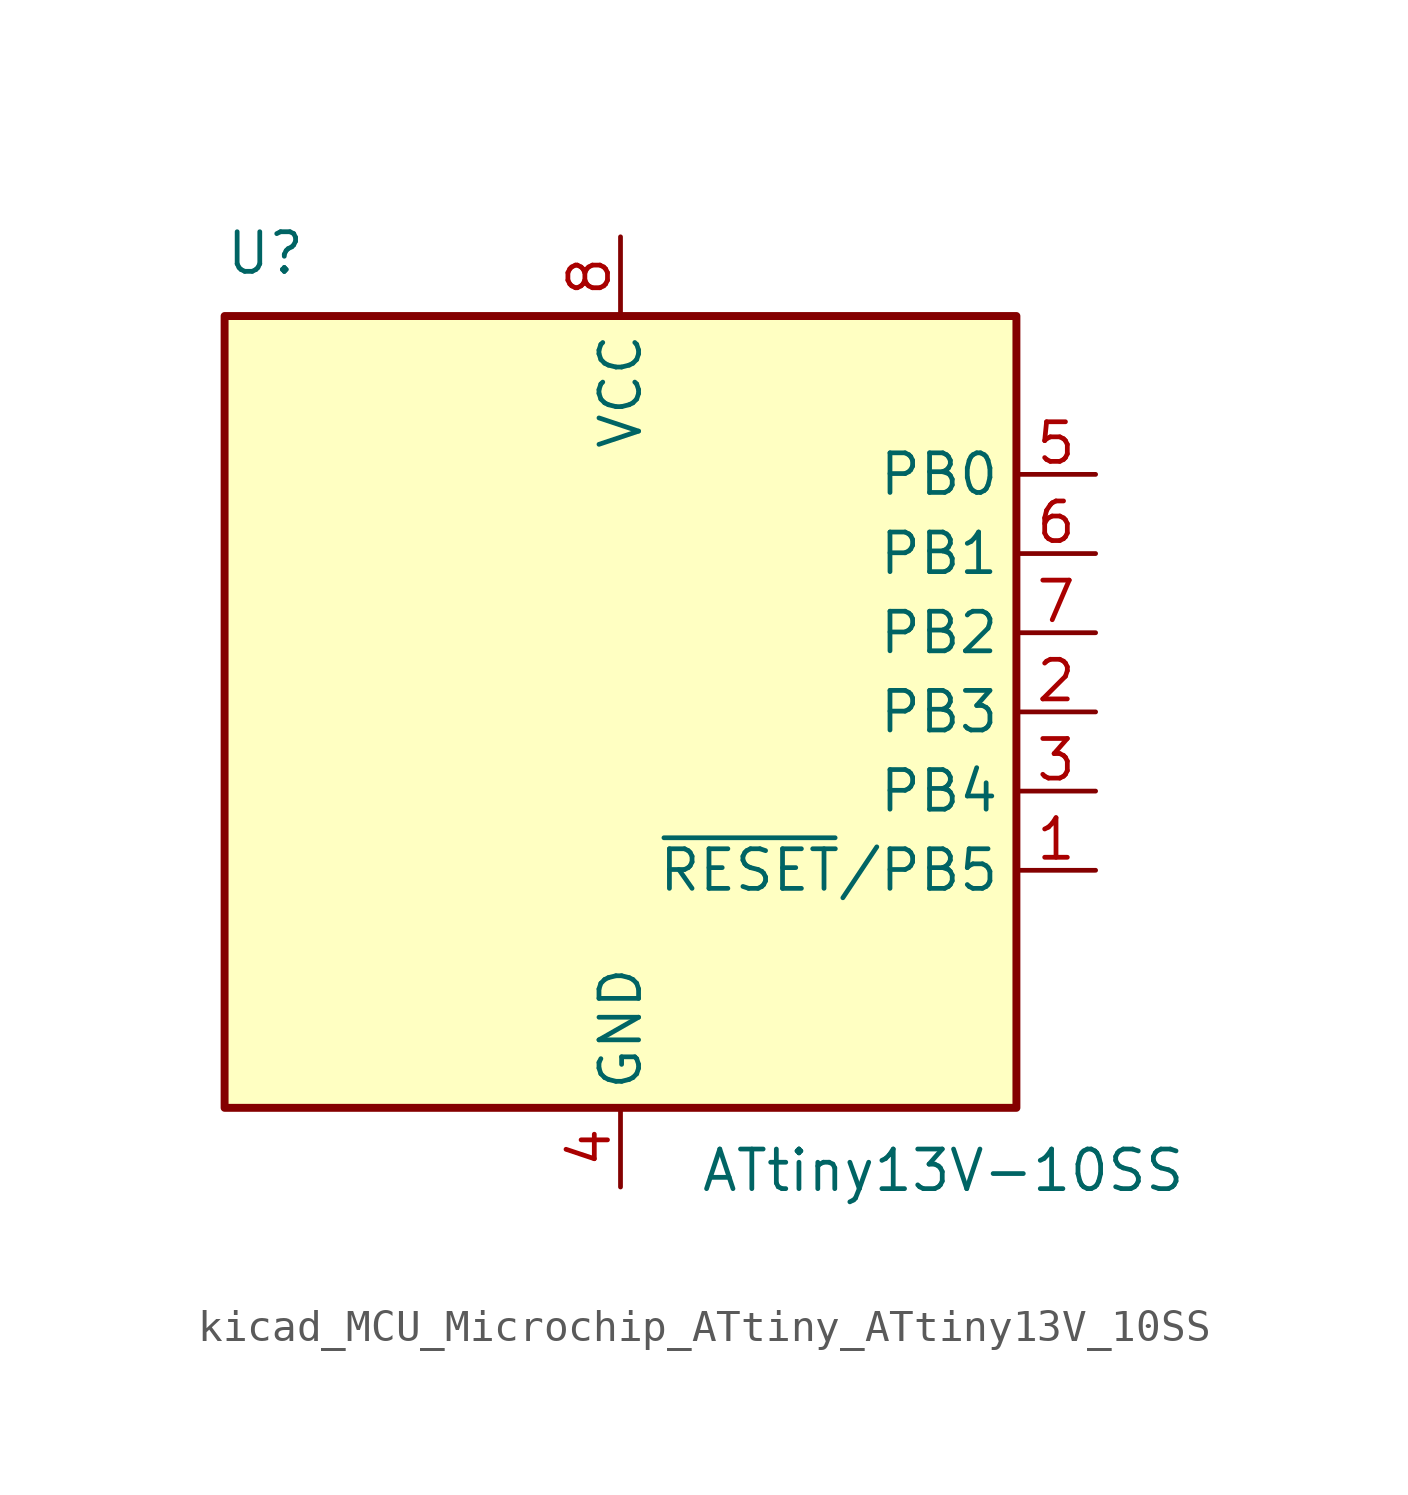
<source format=kicad_sym>
(kicad_symbol_lib
  (version 20220914)
  (generator kicad_symbol_editor)
  (symbol "kicad_MCU_Microchip_ATtiny_ATtiny13V_10SS"
    (property "Reference" "U"
      (at -12.7 13.97 0)
      (effects (font (size 1.27 1.27)) (justify left bottom)))
    (property "Value" "ATtiny13V-10SS"
      (at 2.54 -13.97 0)
      (effects (font (size 1.27 1.27)) (justify left top)))
    (symbol "kicad_MCU_Microchip_ATtiny_ATtiny13V_10SS_0_1"
      (rectangle (start -12.7 -12.7) (end 12.7 12.7) (stroke (width 0.254) (type default)) (fill (type background))))
    (symbol "kicad_MCU_Microchip_ATtiny_ATtiny13V_10SS_1_1"
      (pin bidirectional line (at 15.24 -5.08 180) (length 2.54) (name "~{RESET}/PB5" (effects (font (size 1.27 1.27)))) (number "1" (effects (font (size 1.27 1.27)))))
      (pin bidirectional line (at 15.24 0 180) (length 2.54) (name "PB3" (effects (font (size 1.27 1.27)))) (number "2" (effects (font (size 1.27 1.27)))))
      (pin bidirectional line (at 15.24 -2.54 180) (length 2.54) (name "PB4" (effects (font (size 1.27 1.27)))) (number "3" (effects (font (size 1.27 1.27)))))
      (pin power_in line (at 0 -15.24 90) (length 2.54) (name "GND" (effects (font (size 1.27 1.27)))) (number "4" (effects (font (size 1.27 1.27)))))
      (pin bidirectional line (at 15.24 7.62 180) (length 2.54) (name "PB0" (effects (font (size 1.27 1.27)))) (number "5" (effects (font (size 1.27 1.27)))))
      (pin bidirectional line (at 15.24 5.08 180) (length 2.54) (name "PB1" (effects (font (size 1.27 1.27)))) (number "6" (effects (font (size 1.27 1.27)))))
      (pin bidirectional line (at 15.24 2.54 180) (length 2.54) (name "PB2" (effects (font (size 1.27 1.27)))) (number "7" (effects (font (size 1.27 1.27)))))
      (pin power_in line (at 0 15.24 270) (length 2.54) (name "VCC" (effects (font (size 1.27 1.27)))) (number "8" (effects (font (size 1.27 1.27))))))))
</source>
